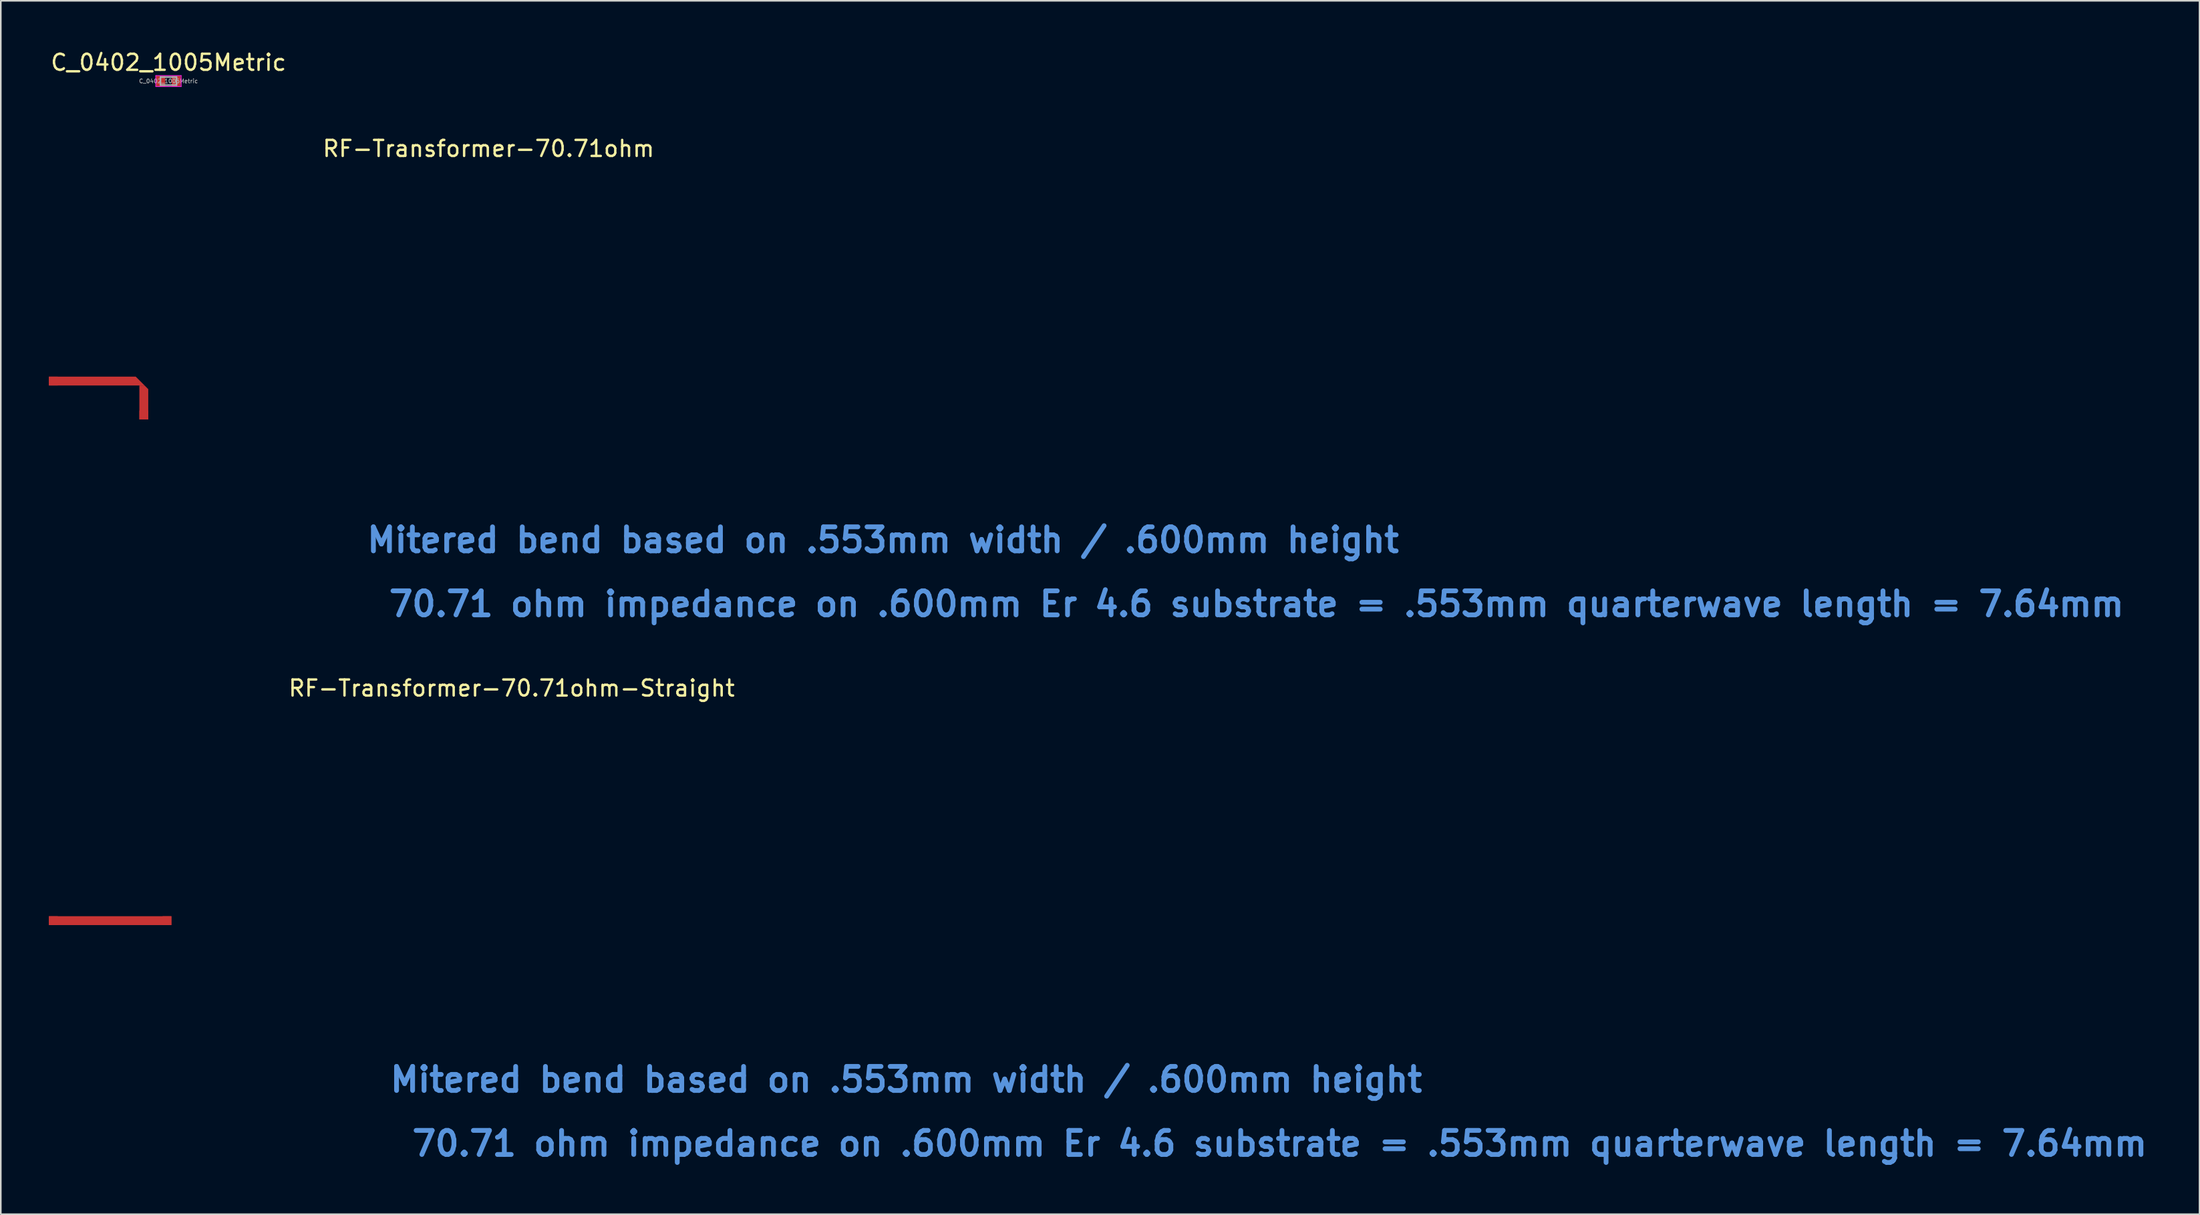
<source format=kicad_pcb>
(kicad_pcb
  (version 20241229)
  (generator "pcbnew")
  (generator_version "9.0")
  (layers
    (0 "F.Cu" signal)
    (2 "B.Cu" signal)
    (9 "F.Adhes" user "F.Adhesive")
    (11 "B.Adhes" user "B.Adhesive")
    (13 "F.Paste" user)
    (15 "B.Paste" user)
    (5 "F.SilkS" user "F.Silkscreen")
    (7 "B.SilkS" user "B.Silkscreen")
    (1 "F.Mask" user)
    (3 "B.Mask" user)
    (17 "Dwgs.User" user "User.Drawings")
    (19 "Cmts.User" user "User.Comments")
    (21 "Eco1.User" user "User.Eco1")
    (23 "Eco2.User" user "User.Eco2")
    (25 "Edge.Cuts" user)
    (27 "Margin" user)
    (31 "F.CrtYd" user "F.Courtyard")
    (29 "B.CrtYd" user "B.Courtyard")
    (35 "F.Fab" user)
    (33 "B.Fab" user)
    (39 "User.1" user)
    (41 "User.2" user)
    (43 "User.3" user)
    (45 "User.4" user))
  (footprint "C_0402_1005Metric"
    (layer "F.Cu")
    (at 7.458 2.008)
    (property "Reference" "C_0402_1005Metric" (at 0 -1.16 0) (layer "F.SilkS") (effects (font (size 1 1) (thickness 0.15))))
    (attr smd)
    (fp_line (start -0.79 -0.34) (end 0.79 -0.34) (stroke (width 0.05) (type solid)) (layer "F.CrtYd"))
    (fp_line (start -0.79 0.34) (end -0.79 -0.34) (stroke (width 0.05) (type solid)) (layer "F.CrtYd"))
    (fp_line (start 0.79 -0.34) (end 0.79 0.34) (stroke (width 0.05) (type solid)) (layer "F.CrtYd"))
    (fp_line (start 0.79 0.34) (end -0.78 0.34) (stroke (width 0.05) (type solid)) (layer "F.CrtYd"))
    (fp_line (start -0.5 -0.25) (end 0.5 -0.25) (stroke (width 0.1) (type solid)) (layer "F.Fab"))
    (fp_line (start -0.5 0.25) (end -0.5 -0.25) (stroke (width 0.1) (type solid)) (layer "F.Fab"))
    (fp_line (start 0.5 -0.25) (end 0.5 0.25) (stroke (width 0.1) (type solid)) (layer "F.Fab"))
    (fp_line (start 0.5 0.25) (end -0.5 0.25) (stroke (width 0.1) (type solid)) (layer "F.Fab"))
    (fp_text user "${REFERENCE}" (at 0 0 0) (layer "F.Fab") (effects (font (size 0.25 0.25) (thickness 0.04))))
    (pad "1" smd rect (at -0.48 0) (size 0.56 0.62) (layers "F.Cu" "F.Mask" "F.Paste"))
    (pad "2" smd rect (at 0.48 0) (size 0.56 0.62) (layers "F.Cu" "F.Mask" "F.Paste")))
  (footprint "RF-Transformer-70.71ohm-Straight"
    (layer "F.Cu")
    (at 7.364 54.381)
    (property "Reference" "RF-Transformer-70.71ohm-Straight" (at 21.5 -14.5 0) (unlocked yes) (layer "F.SilkS") (effects (font (size 1 1) (thickness 0.15))))
    (fp_poly (pts (xy -7.364 0.277) (xy -7.364 -0.277) (xy 0.277 -0.277) (xy 0.277 0.277)) (stroke (width 0.0001) (type solid)) (fill yes) (layer "F.Cu"))
    (fp_text user "70.71 ohm impedance on .600mm Er 4.6 substrate = .553mm quarterwave length = 7.64mm" (at 69.397 13.907 0) (unlocked yes) (layer "Cmts.User") (effects (font (size 1.5 1.5) (thickness 0.3))))
    (fp_text user "Mitered bend based on .553mm width / .600mm height" (at 46.105 9.915 0) (unlocked yes) (layer "Cmts.User") (effects (font (size 1.5 1.5) (thickness 0.3))))
    (pad "1" smd rect (at -7.088 0) (size 0.553 0.553) (layers "F.Cu"))
    (pad "2" smd rect (at 0 0) (size 0.553 0.553) (layers "F.Cu")))
  (footprint "RF-Transformer-70.71ohm"
    (layer "F.Cu")
    (at 5.92 20.721)
    (property "Reference" "RF-Transformer-70.71ohm" (at 21.5 -14.5 0) (unlocked yes) (layer "F.SilkS") (effects (font (size 1 1) (thickness 0.15))))
    (fp_poly (pts (xy -5.92 0.277) (xy -5.92 -0.277) (xy -0.506 -0.277) (xy 0.049 0.277) (xy -0.277 0.277)) (stroke (width 0.0001) (type solid)) (fill yes) (layer "F.Cu"))
    (fp_poly (pts (xy 0.277 0.506) (xy 0.277 2.396) (xy -0.277 2.396) (xy -0.277 0.277) (xy 0.049 0.277)) (stroke (width 0.0001) (type solid)) (fill yes) (layer "F.Cu"))
    (fp_text user "70.71 ohm impedance on .600mm Er 4.6 substrate = .553mm quarterwave length = 7.64mm" (at 69.397 13.907 0) (unlocked yes) (layer "Cmts.User") (effects (font (size 1.5 1.5) (thickness 0.3))))
    (fp_text user "Mitered bend based on .553mm width / .600mm height" (at 46.105 9.915 0) (unlocked yes) (layer "Cmts.User") (effects (font (size 1.5 1.5) (thickness 0.3))))
    (pad "1" smd rect (at -5.643 0) (size 0.553 0.553) (layers "F.Cu"))
    (pad "2" smd rect (at 0 2.119) (size 0.553 0.553) (layers "F.Cu")))
  (gr_rect
    (start -3 -3)
    (end 134.132 72.692)
    (stroke (width 0.1) (type default))
    (fill no)
    (layer "Edge.Cuts")))
</source>
